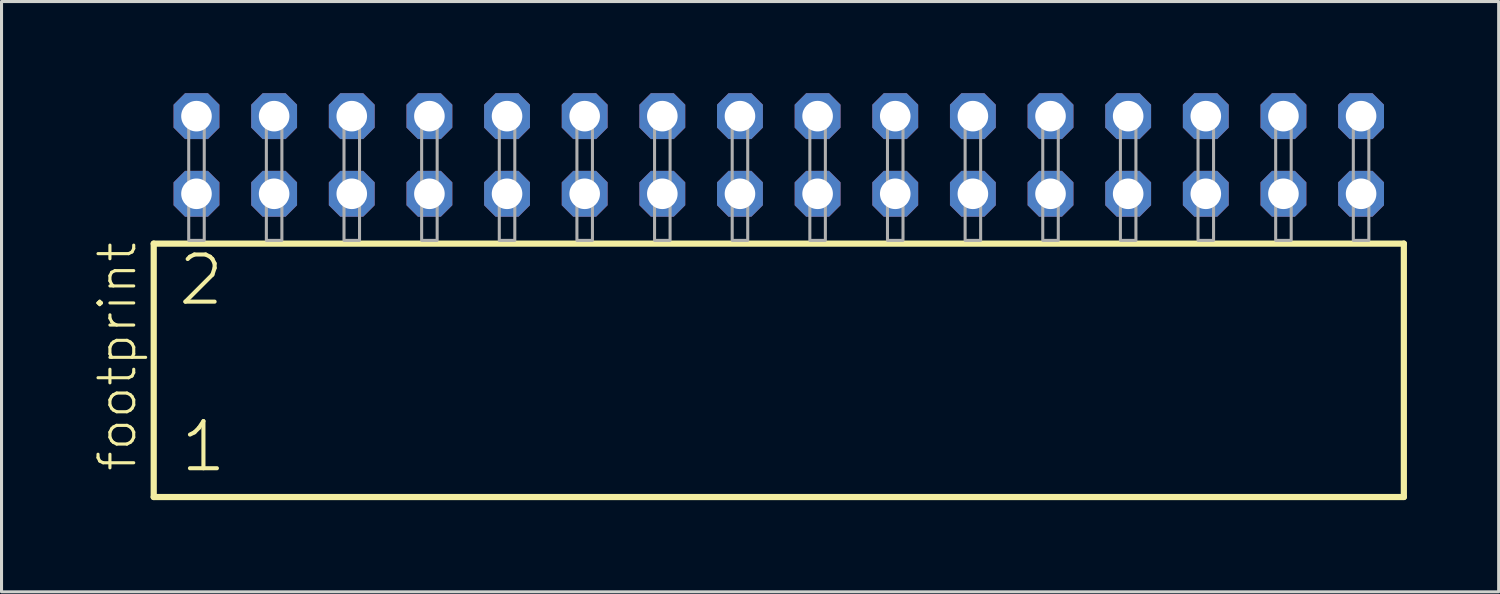
<source format=kicad_pcb>
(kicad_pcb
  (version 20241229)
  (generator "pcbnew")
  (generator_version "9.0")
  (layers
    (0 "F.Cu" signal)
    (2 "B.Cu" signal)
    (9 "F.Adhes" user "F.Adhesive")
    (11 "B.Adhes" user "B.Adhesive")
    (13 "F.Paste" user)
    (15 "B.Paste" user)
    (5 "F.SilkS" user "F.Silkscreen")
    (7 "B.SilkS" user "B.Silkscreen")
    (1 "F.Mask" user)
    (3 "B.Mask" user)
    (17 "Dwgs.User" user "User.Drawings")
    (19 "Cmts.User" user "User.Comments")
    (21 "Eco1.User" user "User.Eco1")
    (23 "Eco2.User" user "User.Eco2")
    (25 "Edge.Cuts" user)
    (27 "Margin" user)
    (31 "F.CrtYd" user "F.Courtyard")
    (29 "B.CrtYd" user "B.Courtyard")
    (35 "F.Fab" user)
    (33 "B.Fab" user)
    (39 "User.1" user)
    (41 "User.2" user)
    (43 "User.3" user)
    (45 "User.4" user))
  (footprint "footprint"
    (layer "F.Cu")
    (at 22.428 4.814)
    (property "Reference" "footprint" (at -20.955 7.62 90) (layer "F.SilkS") (effects (font (size 1.168 1.168) (thickness 0.102)) (justify left bottom)))
    (fp_line (start -20.449 0.106) (end -20.449 8.396) (stroke (width 0.203) (type solid)) (layer "F.SilkS"))
    (fp_line (start -20.449 8.396) (end 20.449 8.396) (stroke (width 0.203) (type solid)) (layer "F.SilkS"))
    (fp_line (start 20.449 0.106) (end -20.449 0.106) (stroke (width 0.203) (type solid)) (layer "F.SilkS"))
    (fp_line (start 20.449 8.396) (end 20.449 0.106) (stroke (width 0.203) (type solid)) (layer "F.SilkS"))
    (fp_poly (pts (xy -19.304 0) (xy -18.796 0) (xy -18.796 -4.318) (xy -19.304 -4.318)) (stroke (width 0.1) (type solid)) (fill no) (layer "F.Fab"))
    (fp_poly (pts (xy -16.764 0) (xy -16.256 0) (xy -16.256 -4.318) (xy -16.764 -4.318)) (stroke (width 0.1) (type solid)) (fill no) (layer "F.Fab"))
    (fp_poly (pts (xy -14.224 0) (xy -13.716 0) (xy -13.716 -4.318) (xy -14.224 -4.318)) (stroke (width 0.1) (type solid)) (fill no) (layer "F.Fab"))
    (fp_poly (pts (xy -11.684 0) (xy -11.176 0) (xy -11.176 -4.318) (xy -11.684 -4.318)) (stroke (width 0.1) (type solid)) (fill no) (layer "F.Fab"))
    (fp_poly (pts (xy -9.144 0) (xy -8.636 0) (xy -8.636 -4.318) (xy -9.144 -4.318)) (stroke (width 0.1) (type solid)) (fill no) (layer "F.Fab"))
    (fp_poly (pts (xy -6.604 0) (xy -6.096 0) (xy -6.096 -4.318) (xy -6.604 -4.318)) (stroke (width 0.1) (type solid)) (fill no) (layer "F.Fab"))
    (fp_poly (pts (xy -4.064 0) (xy -3.556 0) (xy -3.556 -4.318) (xy -4.064 -4.318)) (stroke (width 0.1) (type solid)) (fill no) (layer "F.Fab"))
    (fp_poly (pts (xy -1.524 0) (xy -1.016 0) (xy -1.016 -4.318) (xy -1.524 -4.318)) (stroke (width 0.1) (type solid)) (fill no) (layer "F.Fab"))
    (fp_poly (pts (xy 1.016 0) (xy 1.524 0) (xy 1.524 -4.318) (xy 1.016 -4.318)) (stroke (width 0.1) (type solid)) (fill no) (layer "F.Fab"))
    (fp_poly (pts (xy 3.556 0) (xy 4.064 0) (xy 4.064 -4.318) (xy 3.556 -4.318)) (stroke (width 0.1) (type solid)) (fill no) (layer "F.Fab"))
    (fp_poly (pts (xy 6.096 0) (xy 6.604 0) (xy 6.604 -4.318) (xy 6.096 -4.318)) (stroke (width 0.1) (type solid)) (fill no) (layer "F.Fab"))
    (fp_poly (pts (xy 8.636 0) (xy 9.144 0) (xy 9.144 -4.318) (xy 8.636 -4.318)) (stroke (width 0.1) (type solid)) (fill no) (layer "F.Fab"))
    (fp_poly (pts (xy 11.176 0) (xy 11.684 0) (xy 11.684 -4.318) (xy 11.176 -4.318)) (stroke (width 0.1) (type solid)) (fill no) (layer "F.Fab"))
    (fp_poly (pts (xy 13.716 0) (xy 14.224 0) (xy 14.224 -4.318) (xy 13.716 -4.318)) (stroke (width 0.1) (type solid)) (fill no) (layer "F.Fab"))
    (fp_poly (pts (xy 16.256 0) (xy 16.764 0) (xy 16.764 -4.318) (xy 16.256 -4.318)) (stroke (width 0.1) (type solid)) (fill no) (layer "F.Fab"))
    (fp_poly (pts (xy 18.796 0) (xy 19.304 0) (xy 19.304 -4.318) (xy 18.796 -4.318)) (stroke (width 0.1) (type solid)) (fill no) (layer "F.Fab"))
    (fp_text user "1" (at -19.645 7.65 0) (layer "F.SilkS") (effects (font (size 1.542 1.542) (thickness 0.134)) (justify left bottom)))
    (fp_text user "2" (at -19.72 2.2 0) (layer "F.SilkS") (effects (font (size 1.542 1.542) (thickness 0.134)) (justify left bottom)))
    (pad "1" thru_hole roundrect (at -19.05 -1.524) (size 1.5 1.5) (drill 1) (layers "*.Cu" "*.Mask") (roundrect_rratio 0.25) (chamfer_ratio 0.25) (chamfer top_left top_right bottom_left bottom_right))
    (pad "2" thru_hole roundrect (at -19.05 -4.064) (size 1.5 1.5) (drill 1) (layers "*.Cu" "*.Mask") (roundrect_rratio 0.25) (chamfer_ratio 0.25) (chamfer top_left top_right bottom_left bottom_right))
    (pad "3" thru_hole roundrect (at -16.51 -1.524) (size 1.5 1.5) (drill 1) (layers "*.Cu" "*.Mask") (roundrect_rratio 0.25) (chamfer_ratio 0.25) (chamfer top_left top_right bottom_left bottom_right))
    (pad "4" thru_hole roundrect (at -16.51 -4.064) (size 1.5 1.5) (drill 1) (layers "*.Cu" "*.Mask") (roundrect_rratio 0.25) (chamfer_ratio 0.25) (chamfer top_left top_right bottom_left bottom_right))
    (pad "5" thru_hole roundrect (at -13.97 -1.524) (size 1.5 1.5) (drill 1) (layers "*.Cu" "*.Mask") (roundrect_rratio 0.25) (chamfer_ratio 0.25) (chamfer top_left top_right bottom_left bottom_right))
    (pad "6" thru_hole roundrect (at -13.97 -4.064) (size 1.5 1.5) (drill 1) (layers "*.Cu" "*.Mask") (roundrect_rratio 0.25) (chamfer_ratio 0.25) (chamfer top_left top_right bottom_left bottom_right))
    (pad "7" thru_hole roundrect (at -11.43 -1.524) (size 1.5 1.5) (drill 1) (layers "*.Cu" "*.Mask") (roundrect_rratio 0.25) (chamfer_ratio 0.25) (chamfer top_left top_right bottom_left bottom_right))
    (pad "8" thru_hole roundrect (at -11.43 -4.064) (size 1.5 1.5) (drill 1) (layers "*.Cu" "*.Mask") (roundrect_rratio 0.25) (chamfer_ratio 0.25) (chamfer top_left top_right bottom_left bottom_right))
    (pad "9" thru_hole roundrect (at -8.89 -1.524) (size 1.5 1.5) (drill 1) (layers "*.Cu" "*.Mask") (roundrect_rratio 0.25) (chamfer_ratio 0.25) (chamfer top_left top_right bottom_left bottom_right))
    (pad "10" thru_hole roundrect (at -8.89 -4.064) (size 1.5 1.5) (drill 1) (layers "*.Cu" "*.Mask") (roundrect_rratio 0.25) (chamfer_ratio 0.25) (chamfer top_left top_right bottom_left bottom_right))
    (pad "11" thru_hole roundrect (at -6.35 -1.524) (size 1.5 1.5) (drill 1) (layers "*.Cu" "*.Mask") (roundrect_rratio 0.25) (chamfer_ratio 0.25) (chamfer top_left top_right bottom_left bottom_right))
    (pad "12" thru_hole roundrect (at -6.35 -4.064) (size 1.5 1.5) (drill 1) (layers "*.Cu" "*.Mask") (roundrect_rratio 0.25) (chamfer_ratio 0.25) (chamfer top_left top_right bottom_left bottom_right))
    (pad "13" thru_hole roundrect (at -3.81 -1.524) (size 1.5 1.5) (drill 1) (layers "*.Cu" "*.Mask") (roundrect_rratio 0.25) (chamfer_ratio 0.25) (chamfer top_left top_right bottom_left bottom_right))
    (pad "14" thru_hole roundrect (at -3.81 -4.064) (size 1.5 1.5) (drill 1) (layers "*.Cu" "*.Mask") (roundrect_rratio 0.25) (chamfer_ratio 0.25) (chamfer top_left top_right bottom_left bottom_right))
    (pad "15" thru_hole roundrect (at -1.27 -1.524) (size 1.5 1.5) (drill 1) (layers "*.Cu" "*.Mask") (roundrect_rratio 0.25) (chamfer_ratio 0.25) (chamfer top_left top_right bottom_left bottom_right))
    (pad "16" thru_hole roundrect (at -1.27 -4.064) (size 1.5 1.5) (drill 1) (layers "*.Cu" "*.Mask") (roundrect_rratio 0.25) (chamfer_ratio 0.25) (chamfer top_left top_right bottom_left bottom_right))
    (pad "17" thru_hole roundrect (at 1.27 -1.524) (size 1.5 1.5) (drill 1) (layers "*.Cu" "*.Mask") (roundrect_rratio 0.25) (chamfer_ratio 0.25) (chamfer top_left top_right bottom_left bottom_right))
    (pad "18" thru_hole roundrect (at 1.27 -4.064) (size 1.5 1.5) (drill 1) (layers "*.Cu" "*.Mask") (roundrect_rratio 0.25) (chamfer_ratio 0.25) (chamfer top_left top_right bottom_left bottom_right))
    (pad "19" thru_hole roundrect (at 3.81 -1.524) (size 1.5 1.5) (drill 1) (layers "*.Cu" "*.Mask") (roundrect_rratio 0.25) (chamfer_ratio 0.25) (chamfer top_left top_right bottom_left bottom_right))
    (pad "20" thru_hole roundrect (at 3.81 -4.064) (size 1.5 1.5) (drill 1) (layers "*.Cu" "*.Mask") (roundrect_rratio 0.25) (chamfer_ratio 0.25) (chamfer top_left top_right bottom_left bottom_right))
    (pad "21" thru_hole roundrect (at 6.35 -1.524) (size 1.5 1.5) (drill 1) (layers "*.Cu" "*.Mask") (roundrect_rratio 0.25) (chamfer_ratio 0.25) (chamfer top_left top_right bottom_left bottom_right))
    (pad "22" thru_hole roundrect (at 6.35 -4.064) (size 1.5 1.5) (drill 1) (layers "*.Cu" "*.Mask") (roundrect_rratio 0.25) (chamfer_ratio 0.25) (chamfer top_left top_right bottom_left bottom_right))
    (pad "23" thru_hole roundrect (at 8.89 -1.524) (size 1.5 1.5) (drill 1) (layers "*.Cu" "*.Mask") (roundrect_rratio 0.25) (chamfer_ratio 0.25) (chamfer top_left top_right bottom_left bottom_right))
    (pad "24" thru_hole roundrect (at 8.89 -4.064) (size 1.5 1.5) (drill 1) (layers "*.Cu" "*.Mask") (roundrect_rratio 0.25) (chamfer_ratio 0.25) (chamfer top_left top_right bottom_left bottom_right))
    (pad "25" thru_hole roundrect (at 11.43 -1.524) (size 1.5 1.5) (drill 1) (layers "*.Cu" "*.Mask") (roundrect_rratio 0.25) (chamfer_ratio 0.25) (chamfer top_left top_right bottom_left bottom_right))
    (pad "26" thru_hole roundrect (at 11.43 -4.064) (size 1.5 1.5) (drill 1) (layers "*.Cu" "*.Mask") (roundrect_rratio 0.25) (chamfer_ratio 0.25) (chamfer top_left top_right bottom_left bottom_right))
    (pad "27" thru_hole roundrect (at 13.97 -1.524) (size 1.5 1.5) (drill 1) (layers "*.Cu" "*.Mask") (roundrect_rratio 0.25) (chamfer_ratio 0.25) (chamfer top_left top_right bottom_left bottom_right))
    (pad "28" thru_hole roundrect (at 13.97 -4.064) (size 1.5 1.5) (drill 1) (layers "*.Cu" "*.Mask") (roundrect_rratio 0.25) (chamfer_ratio 0.25) (chamfer top_left top_right bottom_left bottom_right))
    (pad "29" thru_hole roundrect (at 16.51 -1.524) (size 1.5 1.5) (drill 1) (layers "*.Cu" "*.Mask") (roundrect_rratio 0.25) (chamfer_ratio 0.25) (chamfer top_left top_right bottom_left bottom_right))
    (pad "30" thru_hole roundrect (at 16.51 -4.064) (size 1.5 1.5) (drill 1) (layers "*.Cu" "*.Mask") (roundrect_rratio 0.25) (chamfer_ratio 0.25) (chamfer top_left top_right bottom_left bottom_right))
    (pad "31" thru_hole roundrect (at 19.05 -1.524) (size 1.5 1.5) (drill 1) (layers "*.Cu" "*.Mask") (roundrect_rratio 0.25) (chamfer_ratio 0.25) (chamfer top_left top_right bottom_left bottom_right))
    (pad "32" thru_hole roundrect (at 19.05 -4.064) (size 1.5 1.5) (drill 1) (layers "*.Cu" "*.Mask") (roundrect_rratio 0.25) (chamfer_ratio 0.25) (chamfer top_left top_right bottom_left bottom_right)))
  (gr_rect
    (start -3 -3)
    (end 45.979 16.312)
    (stroke (width 0.1) (type default))
    (fill no)
    (layer "Edge.Cuts")))
</source>
